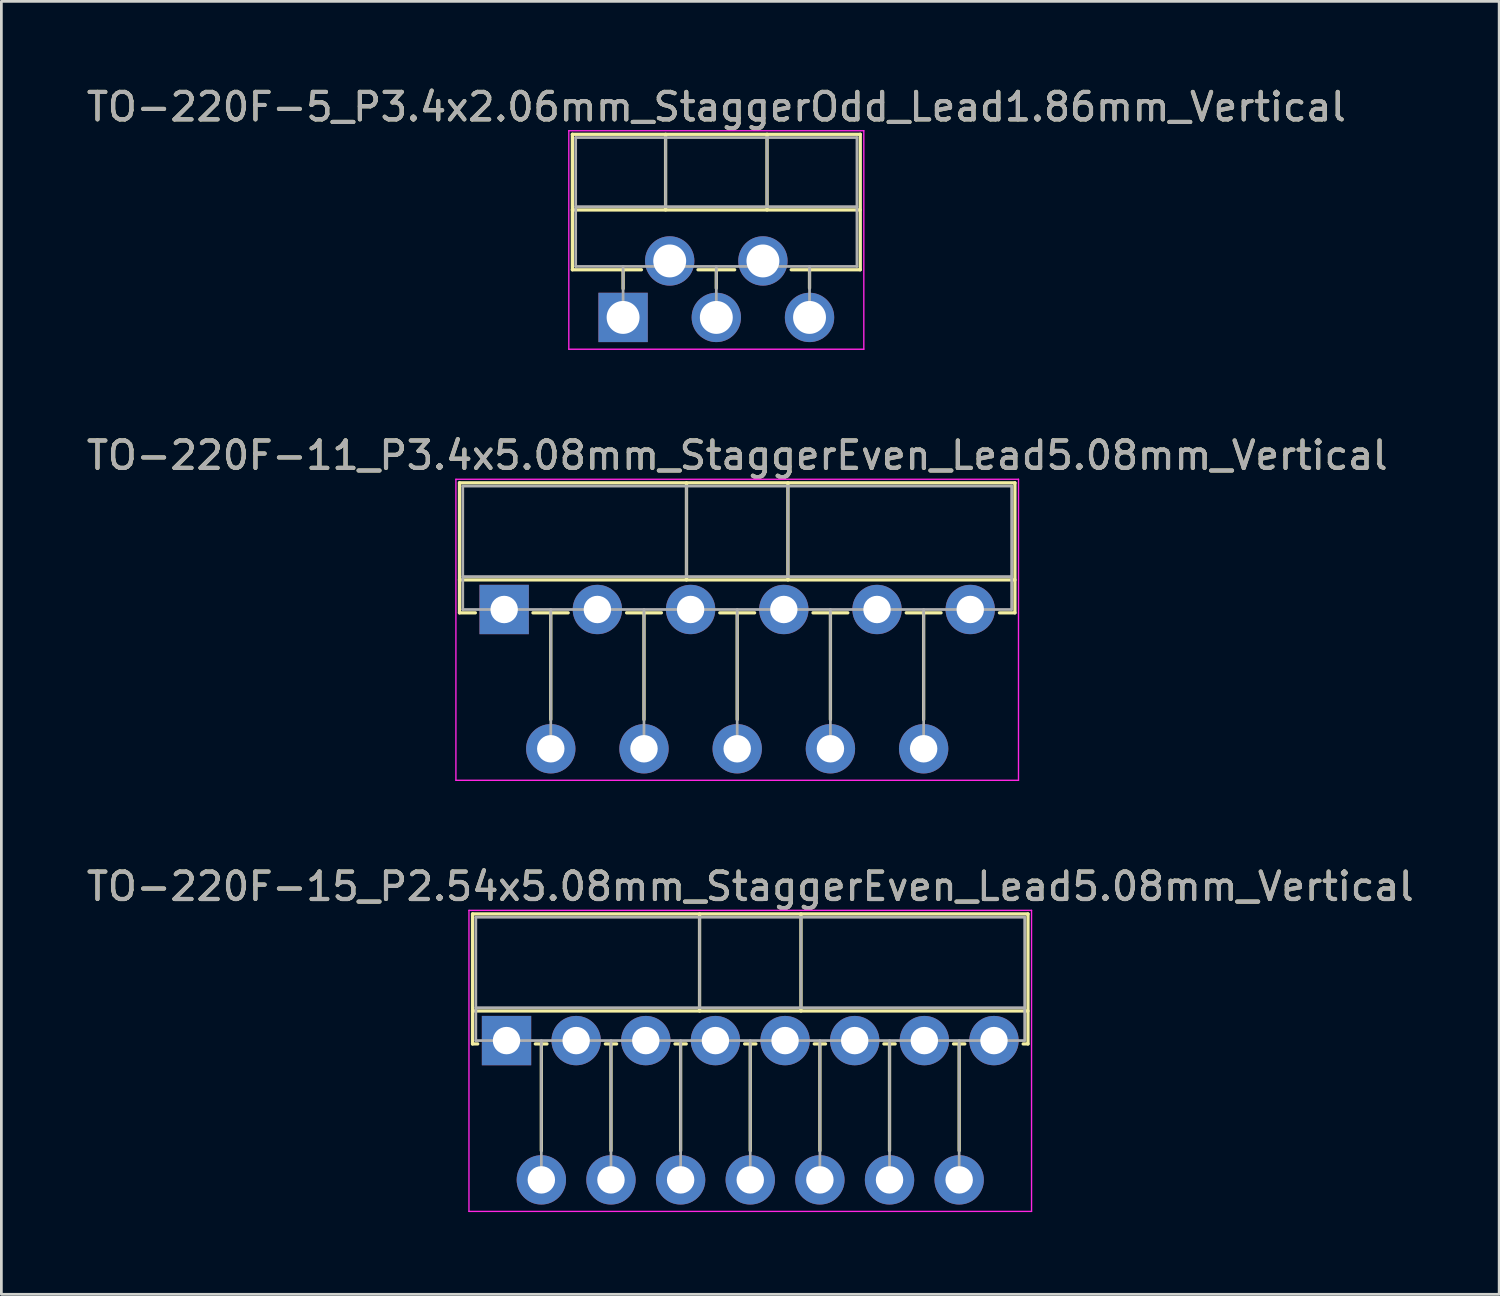
<source format=kicad_pcb>
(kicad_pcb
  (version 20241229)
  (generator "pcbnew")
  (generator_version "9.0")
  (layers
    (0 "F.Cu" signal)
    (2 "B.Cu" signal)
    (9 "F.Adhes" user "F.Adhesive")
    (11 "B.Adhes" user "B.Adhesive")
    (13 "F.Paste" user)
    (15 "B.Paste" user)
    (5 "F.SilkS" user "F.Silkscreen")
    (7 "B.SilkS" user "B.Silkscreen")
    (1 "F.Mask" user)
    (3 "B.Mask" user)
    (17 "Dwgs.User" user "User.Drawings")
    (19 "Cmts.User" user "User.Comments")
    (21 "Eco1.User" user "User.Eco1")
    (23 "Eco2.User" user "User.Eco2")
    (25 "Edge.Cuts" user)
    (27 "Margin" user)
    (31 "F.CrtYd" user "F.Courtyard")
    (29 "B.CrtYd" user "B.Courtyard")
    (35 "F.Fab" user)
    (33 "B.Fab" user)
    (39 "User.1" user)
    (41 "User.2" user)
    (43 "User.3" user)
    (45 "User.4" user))
  (footprint "TO-220F-5_P3.4x2.06mm_StaggerOdd_Lead1.86mm_Vertical"
    (layer "F.Cu")
    (at 19.677 8.528)
    (property "Reference" "TO-220F-5_P3.4x2.06mm_StaggerOdd_Lead1.86mm_Vertical" (at 3.4 -7.68 0) (layer "F.SilkS") (effects (font (size 1 1) (thickness 0.15))))
    (attr through_hole)
    (fp_line (start -1.85 -6.68) (end -1.85 -1.739) (stroke (width 0.12) (type solid)) (layer "F.SilkS"))
    (fp_line (start -1.85 -6.68) (end 8.65 -6.68) (stroke (width 0.12) (type solid)) (layer "F.SilkS"))
    (fp_line (start -1.85 -3.921) (end 8.65 -3.921) (stroke (width 0.12) (type solid)) (layer "F.SilkS"))
    (fp_line (start -1.85 -1.739) (end 0.669 -1.739) (stroke (width 0.12) (type solid)) (layer "F.SilkS"))
    (fp_line (start 0 -1.739) (end 0 -1.05) (stroke (width 0.12) (type solid)) (layer "F.SilkS"))
    (fp_line (start 1.55 -6.68) (end 1.55 -3.921) (stroke (width 0.12) (type solid)) (layer "F.SilkS"))
    (fp_line (start 2.732 -1.739) (end 4.069 -1.739) (stroke (width 0.12) (type solid)) (layer "F.SilkS"))
    (fp_line (start 3.4 -1.739) (end 3.4 -1.065) (stroke (width 0.12) (type solid)) (layer "F.SilkS"))
    (fp_line (start 5.25 -6.68) (end 5.25 -3.921) (stroke (width 0.12) (type solid)) (layer "F.SilkS"))
    (fp_line (start 6.132 -1.739) (end 8.65 -1.739) (stroke (width 0.12) (type solid)) (layer "F.SilkS"))
    (fp_line (start 6.8 -1.739) (end 6.8 -1.065) (stroke (width 0.12) (type solid)) (layer "F.SilkS"))
    (fp_line (start 8.65 -6.68) (end 8.65 -1.739) (stroke (width 0.12) (type solid)) (layer "F.SilkS"))
    (fp_line (start -1.98 -6.81) (end -1.98 1.16) (stroke (width 0.05) (type solid)) (layer "F.CrtYd"))
    (fp_line (start -1.98 1.16) (end 8.78 1.16) (stroke (width 0.05) (type solid)) (layer "F.CrtYd"))
    (fp_line (start 8.78 -6.81) (end -1.98 -6.81) (stroke (width 0.05) (type solid)) (layer "F.CrtYd"))
    (fp_line (start 8.78 1.16) (end 8.78 -6.81) (stroke (width 0.05) (type solid)) (layer "F.CrtYd"))
    (fp_line (start -1.73 -6.56) (end -1.73 -1.86) (stroke (width 0.1) (type solid)) (layer "F.Fab"))
    (fp_line (start -1.73 -4.04) (end 8.53 -4.04) (stroke (width 0.1) (type solid)) (layer "F.Fab"))
    (fp_line (start -1.73 -1.86) (end 8.53 -1.86) (stroke (width 0.1) (type solid)) (layer "F.Fab"))
    (fp_line (start 0 -1.86) (end 0 0) (stroke (width 0.1) (type solid)) (layer "F.Fab"))
    (fp_line (start 1.55 -6.56) (end 1.55 -4.04) (stroke (width 0.1) (type solid)) (layer "F.Fab"))
    (fp_line (start 3.4 -1.86) (end 3.4 0) (stroke (width 0.1) (type solid)) (layer "F.Fab"))
    (fp_line (start 5.25 -6.56) (end 5.25 -4.04) (stroke (width 0.1) (type solid)) (layer "F.Fab"))
    (fp_line (start 6.8 -1.86) (end 6.8 0) (stroke (width 0.1) (type solid)) (layer "F.Fab"))
    (fp_line (start 8.53 -6.56) (end -1.73 -6.56) (stroke (width 0.1) (type solid)) (layer "F.Fab"))
    (fp_line (start 8.53 -1.86) (end 8.53 -6.56) (stroke (width 0.1) (type solid)) (layer "F.Fab"))
    (fp_text user "${REFERENCE}" (at 3.4 -7.68 0) (layer "F.Fab") (effects (font (size 1 1) (thickness 0.15))))
    (pad "1" thru_hole rect (at 0 0) (size 1.8 1.8) (drill 1.2) (layers "*.Cu" "*.Mask"))
    (pad "2" thru_hole oval (at 1.7 -2.06) (size 1.8 1.8) (drill 1.2) (layers "*.Cu" "*.Mask"))
    (pad "3" thru_hole oval (at 3.4 0) (size 1.8 1.8) (drill 1.2) (layers "*.Cu" "*.Mask"))
    (pad "4" thru_hole oval (at 5.1 -2.06) (size 1.8 1.8) (drill 1.2) (layers "*.Cu" "*.Mask"))
    (pad "5" thru_hole oval (at 6.8 0) (size 1.8 1.8) (drill 1.2) (layers "*.Cu" "*.Mask")))
  (footprint "TO-220F-11_P3.4x5.08mm_StaggerEven_Lead5.08mm_Vertical"
    (layer "F.Cu")
    (at 15.339 19.181)
    (property "Reference" "TO-220F-11_P3.4x5.08mm_StaggerEven_Lead5.08mm_Vertical" (at 8.5 -5.62 0) (layer "F.SilkS") (effects (font (size 1 1) (thickness 0.15))))
    (attr through_hole)
    (fp_line (start -1.63 -4.62) (end -1.63 0.121) (stroke (width 0.12) (type solid)) (layer "F.SilkS"))
    (fp_line (start -1.63 -4.62) (end 18.63 -4.62) (stroke (width 0.12) (type solid)) (layer "F.SilkS"))
    (fp_line (start -1.63 -1.08) (end 18.63 -1.08) (stroke (width 0.12) (type solid)) (layer "F.SilkS"))
    (fp_line (start -1.63 0.121) (end -1.05 0.121) (stroke (width 0.12) (type solid)) (layer "F.SilkS"))
    (fp_line (start 1.05 0.121) (end 2.335 0.121) (stroke (width 0.12) (type solid)) (layer "F.SilkS"))
    (fp_line (start 1.7 0.121) (end 1.7 4.015) (stroke (width 0.12) (type solid)) (layer "F.SilkS"))
    (fp_line (start 4.465 0.121) (end 5.735 0.121) (stroke (width 0.12) (type solid)) (layer "F.SilkS"))
    (fp_line (start 5.1 0.121) (end 5.1 4.015) (stroke (width 0.12) (type solid)) (layer "F.SilkS"))
    (fp_line (start 6.65 -4.62) (end 6.65 -1.08) (stroke (width 0.12) (type solid)) (layer "F.SilkS"))
    (fp_line (start 7.865 0.121) (end 9.135 0.121) (stroke (width 0.12) (type solid)) (layer "F.SilkS"))
    (fp_line (start 8.5 0.121) (end 8.5 4.015) (stroke (width 0.12) (type solid)) (layer "F.SilkS"))
    (fp_line (start 10.35 -4.62) (end 10.35 -1.08) (stroke (width 0.12) (type solid)) (layer "F.SilkS"))
    (fp_line (start 11.265 0.121) (end 12.535 0.121) (stroke (width 0.12) (type solid)) (layer "F.SilkS"))
    (fp_line (start 11.9 0.121) (end 11.9 4.015) (stroke (width 0.12) (type solid)) (layer "F.SilkS"))
    (fp_line (start 14.665 0.121) (end 15.935 0.121) (stroke (width 0.12) (type solid)) (layer "F.SilkS"))
    (fp_line (start 15.3 0.121) (end 15.3 4.015) (stroke (width 0.12) (type solid)) (layer "F.SilkS"))
    (fp_line (start 18.065 0.121) (end 18.63 0.121) (stroke (width 0.12) (type solid)) (layer "F.SilkS"))
    (fp_line (start 18.63 -4.62) (end 18.63 0.121) (stroke (width 0.12) (type solid)) (layer "F.SilkS"))
    (fp_line (start -1.76 -4.75) (end -1.76 6.23) (stroke (width 0.05) (type solid)) (layer "F.CrtYd"))
    (fp_line (start -1.76 6.23) (end 18.76 6.23) (stroke (width 0.05) (type solid)) (layer "F.CrtYd"))
    (fp_line (start 18.76 -4.75) (end -1.76 -4.75) (stroke (width 0.05) (type solid)) (layer "F.CrtYd"))
    (fp_line (start 18.76 6.23) (end 18.76 -4.75) (stroke (width 0.05) (type solid)) (layer "F.CrtYd"))
    (fp_line (start -1.51 -4.5) (end -1.51 0) (stroke (width 0.1) (type solid)) (layer "F.Fab"))
    (fp_line (start -1.51 -1.2) (end 18.51 -1.2) (stroke (width 0.1) (type solid)) (layer "F.Fab"))
    (fp_line (start -1.51 0) (end 18.51 0) (stroke (width 0.1) (type solid)) (layer "F.Fab"))
    (fp_line (start 1.7 0) (end 1.7 5.08) (stroke (width 0.1) (type solid)) (layer "F.Fab"))
    (fp_line (start 5.1 0) (end 5.1 5.08) (stroke (width 0.1) (type solid)) (layer "F.Fab"))
    (fp_line (start 6.65 -4.5) (end 6.65 -1.2) (stroke (width 0.1) (type solid)) (layer "F.Fab"))
    (fp_line (start 8.5 0) (end 8.5 5.08) (stroke (width 0.1) (type solid)) (layer "F.Fab"))
    (fp_line (start 10.35 -4.5) (end 10.35 -1.2) (stroke (width 0.1) (type solid)) (layer "F.Fab"))
    (fp_line (start 11.9 0) (end 11.9 5.08) (stroke (width 0.1) (type solid)) (layer "F.Fab"))
    (fp_line (start 15.3 0) (end 15.3 5.08) (stroke (width 0.1) (type solid)) (layer "F.Fab"))
    (fp_line (start 18.51 -4.5) (end -1.51 -4.5) (stroke (width 0.1) (type solid)) (layer "F.Fab"))
    (fp_line (start 18.51 0) (end 18.51 -4.5) (stroke (width 0.1) (type solid)) (layer "F.Fab"))
    (fp_text user "${REFERENCE}" (at 8.5 -5.62 0) (layer "F.Fab") (effects (font (size 1 1) (thickness 0.15))))
    (pad "1" thru_hole rect (at 0 0) (size 1.8 1.8) (drill 1) (layers "*.Cu" "*.Mask"))
    (pad "2" thru_hole oval (at 1.7 5.08) (size 1.8 1.8) (drill 1) (layers "*.Cu" "*.Mask"))
    (pad "3" thru_hole oval (at 3.4 0) (size 1.8 1.8) (drill 1) (layers "*.Cu" "*.Mask"))
    (pad "4" thru_hole oval (at 5.1 5.08) (size 1.8 1.8) (drill 1) (layers "*.Cu" "*.Mask"))
    (pad "5" thru_hole oval (at 6.8 0) (size 1.8 1.8) (drill 1) (layers "*.Cu" "*.Mask"))
    (pad "6" thru_hole oval (at 8.5 5.08) (size 1.8 1.8) (drill 1) (layers "*.Cu" "*.Mask"))
    (pad "7" thru_hole oval (at 10.2 0) (size 1.8 1.8) (drill 1) (layers "*.Cu" "*.Mask"))
    (pad "8" thru_hole oval (at 11.9 5.08) (size 1.8 1.8) (drill 1) (layers "*.Cu" "*.Mask"))
    (pad "9" thru_hole oval (at 13.6 0) (size 1.8 1.8) (drill 1) (layers "*.Cu" "*.Mask"))
    (pad "10" thru_hole oval (at 15.3 5.08) (size 1.8 1.8) (drill 1) (layers "*.Cu" "*.Mask"))
    (pad "11" thru_hole oval (at 17 0) (size 1.8 1.8) (drill 1) (layers "*.Cu" "*.Mask")))
  (footprint "TO-220F-15_P2.54x5.08mm_StaggerEven_Lead5.08mm_Vertical"
    (layer "F.Cu")
    (at 15.425 34.905)
    (property "Reference" "TO-220F-15_P2.54x5.08mm_StaggerEven_Lead5.08mm_Vertical" (at 8.89 -5.62 0) (layer "F.SilkS") (effects (font (size 1 1) (thickness 0.15))))
    (attr through_hole)
    (fp_line (start -1.24 -4.62) (end -1.24 0.121) (stroke (width 0.12) (type solid)) (layer "F.SilkS"))
    (fp_line (start -1.24 -4.62) (end 19.02 -4.62) (stroke (width 0.12) (type solid)) (layer "F.SilkS"))
    (fp_line (start -1.24 -1.08) (end 19.02 -1.08) (stroke (width 0.12) (type solid)) (layer "F.SilkS"))
    (fp_line (start -1.24 0.121) (end -1.05 0.121) (stroke (width 0.12) (type solid)) (layer "F.SilkS"))
    (fp_line (start 1.05 0.121) (end 1.475 0.121) (stroke (width 0.12) (type solid)) (layer "F.SilkS"))
    (fp_line (start 1.27 0.121) (end 1.27 4.015) (stroke (width 0.12) (type solid)) (layer "F.SilkS"))
    (fp_line (start 3.605 0.121) (end 4.016 0.121) (stroke (width 0.12) (type solid)) (layer "F.SilkS"))
    (fp_line (start 3.81 0.121) (end 3.81 4.015) (stroke (width 0.12) (type solid)) (layer "F.SilkS"))
    (fp_line (start 6.145 0.121) (end 6.555 0.121) (stroke (width 0.12) (type solid)) (layer "F.SilkS"))
    (fp_line (start 6.35 0.121) (end 6.35 4.015) (stroke (width 0.12) (type solid)) (layer "F.SilkS"))
    (fp_line (start 7.041 -4.62) (end 7.041 -1.08) (stroke (width 0.12) (type solid)) (layer "F.SilkS"))
    (fp_line (start 8.685 0.121) (end 9.095 0.121) (stroke (width 0.12) (type solid)) (layer "F.SilkS"))
    (fp_line (start 8.89 0.121) (end 8.89 4.015) (stroke (width 0.12) (type solid)) (layer "F.SilkS"))
    (fp_line (start 10.74 -4.62) (end 10.74 -1.08) (stroke (width 0.12) (type solid)) (layer "F.SilkS"))
    (fp_line (start 11.225 0.121) (end 11.635 0.121) (stroke (width 0.12) (type solid)) (layer "F.SilkS"))
    (fp_line (start 11.43 0.121) (end 11.43 4.015) (stroke (width 0.12) (type solid)) (layer "F.SilkS"))
    (fp_line (start 13.765 0.121) (end 14.175 0.121) (stroke (width 0.12) (type solid)) (layer "F.SilkS"))
    (fp_line (start 13.97 0.121) (end 13.97 4.015) (stroke (width 0.12) (type solid)) (layer "F.SilkS"))
    (fp_line (start 16.305 0.121) (end 16.715 0.121) (stroke (width 0.12) (type solid)) (layer "F.SilkS"))
    (fp_line (start 16.51 0.121) (end 16.51 4.015) (stroke (width 0.12) (type solid)) (layer "F.SilkS"))
    (fp_line (start 18.845 0.121) (end 19.02 0.121) (stroke (width 0.12) (type solid)) (layer "F.SilkS"))
    (fp_line (start 19.02 -4.62) (end 19.02 0.121) (stroke (width 0.12) (type solid)) (layer "F.SilkS"))
    (fp_line (start -1.37 -4.75) (end -1.37 6.23) (stroke (width 0.05) (type solid)) (layer "F.CrtYd"))
    (fp_line (start -1.37 6.23) (end 19.15 6.23) (stroke (width 0.05) (type solid)) (layer "F.CrtYd"))
    (fp_line (start 19.15 -4.75) (end -1.37 -4.75) (stroke (width 0.05) (type solid)) (layer "F.CrtYd"))
    (fp_line (start 19.15 6.23) (end 19.15 -4.75) (stroke (width 0.05) (type solid)) (layer "F.CrtYd"))
    (fp_line (start -1.12 -4.5) (end -1.12 0) (stroke (width 0.1) (type solid)) (layer "F.Fab"))
    (fp_line (start -1.12 -1.2) (end 18.9 -1.2) (stroke (width 0.1) (type solid)) (layer "F.Fab"))
    (fp_line (start -1.12 0) (end 18.9 0) (stroke (width 0.1) (type solid)) (layer "F.Fab"))
    (fp_line (start 1.27 0) (end 1.27 5.08) (stroke (width 0.1) (type solid)) (layer "F.Fab"))
    (fp_line (start 3.81 0) (end 3.81 5.08) (stroke (width 0.1) (type solid)) (layer "F.Fab"))
    (fp_line (start 6.35 0) (end 6.35 5.08) (stroke (width 0.1) (type solid)) (layer "F.Fab"))
    (fp_line (start 7.04 -4.5) (end 7.04 -1.2) (stroke (width 0.1) (type solid)) (layer "F.Fab"))
    (fp_line (start 8.89 0) (end 8.89 5.08) (stroke (width 0.1) (type solid)) (layer "F.Fab"))
    (fp_line (start 10.74 -4.5) (end 10.74 -1.2) (stroke (width 0.1) (type solid)) (layer "F.Fab"))
    (fp_line (start 11.43 0) (end 11.43 5.08) (stroke (width 0.1) (type solid)) (layer "F.Fab"))
    (fp_line (start 13.97 0) (end 13.97 5.08) (stroke (width 0.1) (type solid)) (layer "F.Fab"))
    (fp_line (start 16.51 0) (end 16.51 5.08) (stroke (width 0.1) (type solid)) (layer "F.Fab"))
    (fp_line (start 18.9 -4.5) (end -1.12 -4.5) (stroke (width 0.1) (type solid)) (layer "F.Fab"))
    (fp_line (start 18.9 0) (end 18.9 -4.5) (stroke (width 0.1) (type solid)) (layer "F.Fab"))
    (fp_text user "${REFERENCE}" (at 8.89 -5.62 0) (layer "F.Fab") (effects (font (size 1 1) (thickness 0.15))))
    (pad "1" thru_hole rect (at 0 0) (size 1.8 1.8) (drill 1) (layers "*.Cu" "*.Mask"))
    (pad "2" thru_hole oval (at 1.27 5.08) (size 1.8 1.8) (drill 1) (layers "*.Cu" "*.Mask"))
    (pad "3" thru_hole oval (at 2.54 0) (size 1.8 1.8) (drill 1) (layers "*.Cu" "*.Mask"))
    (pad "4" thru_hole oval (at 3.81 5.08) (size 1.8 1.8) (drill 1) (layers "*.Cu" "*.Mask"))
    (pad "5" thru_hole oval (at 5.08 0) (size 1.8 1.8) (drill 1) (layers "*.Cu" "*.Mask"))
    (pad "6" thru_hole oval (at 6.35 5.08) (size 1.8 1.8) (drill 1) (layers "*.Cu" "*.Mask"))
    (pad "7" thru_hole oval (at 7.62 0) (size 1.8 1.8) (drill 1) (layers "*.Cu" "*.Mask"))
    (pad "8" thru_hole oval (at 8.89 5.08) (size 1.8 1.8) (drill 1) (layers "*.Cu" "*.Mask"))
    (pad "9" thru_hole oval (at 10.16 0) (size 1.8 1.8) (drill 1) (layers "*.Cu" "*.Mask"))
    (pad "10" thru_hole oval (at 11.43 5.08) (size 1.8 1.8) (drill 1) (layers "*.Cu" "*.Mask"))
    (pad "11" thru_hole oval (at 12.7 0) (size 1.8 1.8) (drill 1) (layers "*.Cu" "*.Mask"))
    (pad "12" thru_hole oval (at 13.97 5.08) (size 1.8 1.8) (drill 1) (layers "*.Cu" "*.Mask"))
    (pad "13" thru_hole oval (at 15.24 0) (size 1.8 1.8) (drill 1) (layers "*.Cu" "*.Mask"))
    (pad "14" thru_hole oval (at 16.51 5.08) (size 1.8 1.8) (drill 1) (layers "*.Cu" "*.Mask"))
    (pad "15" thru_hole oval (at 17.78 0) (size 1.8 1.8) (drill 1) (layers "*.Cu" "*.Mask")))
  (gr_rect
    (start -3 -3)
    (end 51.631 44.16)
    (stroke (width 0.1) (type default))
    (fill no)
    (layer "Edge.Cuts")))
</source>
